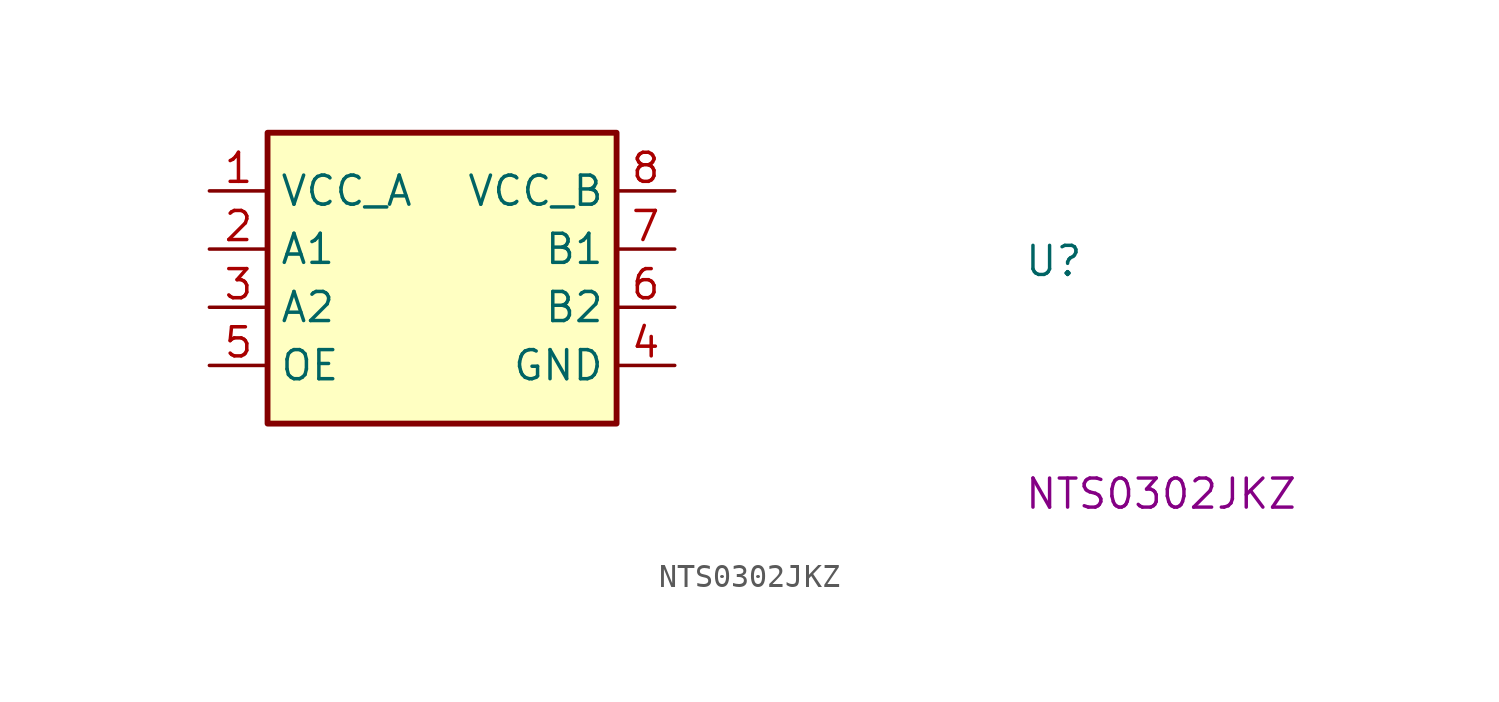
<source format=kicad_sym>
(kicad_symbol_lib
  (version 20220914)
  (generator kicad_symbol_editor)
  (symbol "NTS0302JKZ"
    (property "Reference" "U"
      (at 35.56 -3.81 0)
      (effects (font (size 1.27 1.27) (thickness 0.15)) (justify left bottom)))
    (property "MPN" "NTS0302JKZ"
      (at 35.56 -13.97 0)
      (effects (font (size 1.27 1.27) (thickness 0.15)) (justify left bottom)))
    (symbol "NTS0302JKZ_1_1"
      (rectangle (start 2.54 2.54) (end 17.78 -10.16) (stroke (width 0.254) (type default)) (fill (type background)))
      (pin power_in line (at 0 0 0) (length 2.54) (name "VCC_A" (effects (font (size 1.27 1.27)))) (number "1" (effects (font (size 1.27 1.27)))))
      (pin bidirectional line (at 0 -2.54 0) (length 2.54) (name "A1" (effects (font (size 1.27 1.27)))) (number "2" (effects (font (size 1.27 1.27)))))
      (pin bidirectional line (at 0 -5.08 0) (length 2.54) (name "A2" (effects (font (size 1.27 1.27)))) (number "3" (effects (font (size 1.27 1.27)))))
      (pin power_in line (at 20.32 -7.62 180) (length 2.54) (name "GND" (effects (font (size 1.27 1.27)))) (number "4" (effects (font (size 1.27 1.27)))))
      (pin input line (at 0 -7.62 0) (length 2.54) (name "OE" (effects (font (size 1.27 1.27)))) (number "5" (effects (font (size 1.27 1.27)))))
      (pin bidirectional line (at 20.32 -5.08 180) (length 2.54) (name "B2" (effects (font (size 1.27 1.27)))) (number "6" (effects (font (size 1.27 1.27)))))
      (pin bidirectional line (at 20.32 -2.54 180) (length 2.54) (name "B1" (effects (font (size 1.27 1.27)))) (number "7" (effects (font (size 1.27 1.27)))))
      (pin power_in line (at 20.32 0 180) (length 2.54) (name "VCC_B" (effects (font (size 1.27 1.27)))) (number "8" (effects (font (size 1.27 1.27))))))))
</source>
